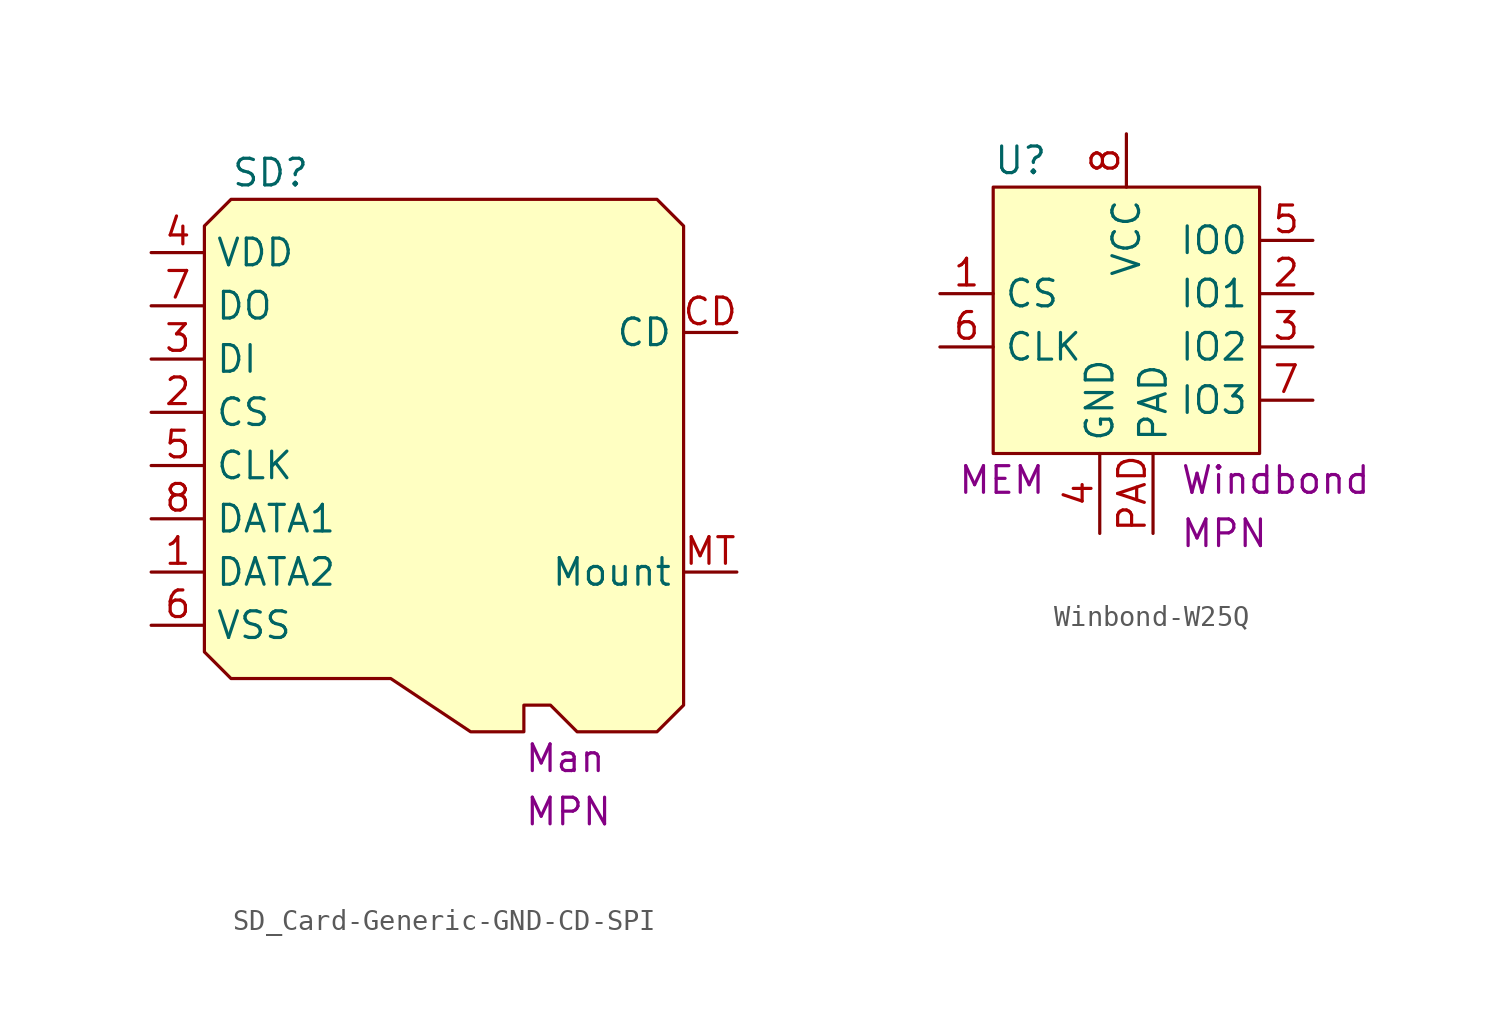
<source format=kicad_sym>
(kicad_symbol_lib
  (version 20211014)
  (generator kicad_symbol_editor)
  (symbol "SD_Card-Generic-GND-CD-SPI"
    (property "Reference" "SD"
      (at -10.16 13.97 0)
      (effects (font (size 1.27 1.27)) (justify left)))
    (property "Manufacturer" "Man"
      (at 3.81 -13.97 0)
      (effects (font (size 1.27 1.27)) (justify left)))
    (property "MPN" "MPN"
      (at 3.81 -16.51 0)
      (effects (font (size 1.27 1.27)) (justify left)))
    (symbol "SD_Card-Generic-GND-CD-SPI_0_0"
      (pin unspecified line (at -13.97 -5.08 0) (length 2.54) (name "DATA2" (effects (font (size 1.27 1.27)))) (number "1" (effects (font (size 1.27 1.27)))))
      (pin unspecified line (at -13.97 2.54 0) (length 2.54) (name "CS" (effects (font (size 1.27 1.27)))) (number "2" (effects (font (size 1.27 1.27)))) (alternate "DATA3" unspecified line))
      (pin unspecified line (at -13.97 5.08 0) (length 2.54) (name "DI" (effects (font (size 1.27 1.27)))) (number "3" (effects (font (size 1.27 1.27)))) (alternate "CMD" unspecified line))
      (pin unspecified line (at -13.97 10.16 0) (length 2.54) (name "VDD" (effects (font (size 1.27 1.27)))) (number "4" (effects (font (size 1.27 1.27)))))
      (pin unspecified line (at -13.97 0 0) (length 2.54) (name "CLK" (effects (font (size 1.27 1.27)))) (number "5" (effects (font (size 1.27 1.27)))))
      (pin unspecified line (at -13.97 -7.62 0) (length 2.54) (name "VSS" (effects (font (size 1.27 1.27)))) (number "6" (effects (font (size 1.27 1.27)))))
      (pin unspecified line (at -13.97 7.62 0) (length 2.54) (name "DO" (effects (font (size 1.27 1.27)))) (number "7" (effects (font (size 1.27 1.27)))) (alternate "DATA0" unspecified line))
      (pin unspecified line (at -13.97 -2.54 0) (length 2.54) (name "DATA1" (effects (font (size 1.27 1.27)))) (number "8" (effects (font (size 1.27 1.27)))))
      (pin unspecified line (at 13.97 6.35 180) (length 2.54) (name "CD" (effects (font (size 1.27 1.27)))) (number "CD" (effects (font (size 1.27 1.27)))))
      (pin unspecified line (at 13.97 -5.08 180) (length 2.54) (name "Mount" (effects (font (size 1.27 1.27)))) (number "MT" (effects (font (size 1.27 1.27))))))
    (symbol "SD_Card-Generic-GND-CD-SPI_0_1"
      (polyline (pts (xy 10.16 12.7) (xy -10.16 12.7) (xy -11.43 11.43) (xy -11.43 -8.89) (xy -10.16 -10.16) (xy -2.54 -10.16) (xy 1.27 -12.7) (xy 3.81 -12.7) (xy 3.81 -11.43) (xy 5.08 -11.43) (xy 6.35 -12.7) (xy 10.16 -12.7) (xy 11.43 -11.43) (xy 11.43 11.43) (xy 10.16 12.7)) (stroke (width 0) (type default) (color 0 0 0 0)) (fill (type background)))))
  (symbol "Winbond-W25Q"
    (property "Reference" "U"
      (at -6.35 7.62 0)
      (effects (font (size 1.27 1.27)) (justify left)))
    (property "Manufacturer" "Windbond"
      (at 2.54 -7.62 0)
      (effects (font (size 1.27 1.27)) (justify left)))
    (property "MPN" "MPN"
      (at 2.54 -10.16 0)
      (effects (font (size 1.27 1.27)) (justify left)))
    (property "Memory" "MEM"
      (at -3.81 -7.62 0)
      (effects (font (size 1.27 1.27)) (justify right)))
    (symbol "Winbond-W25Q_0_0"
      (pin input line (at -8.89 1.27 0) (length 2.54) (name "CS" (effects (font (size 1.27 1.27)))) (number "1" (effects (font (size 1.27 1.27)))))
      (pin bidirectional line (at 8.89 1.27 180) (length 2.54) (name "IO1" (effects (font (size 1.27 1.27)))) (number "2" (effects (font (size 1.27 1.27)))))
      (pin bidirectional line (at 8.89 -1.27 180) (length 2.54) (name "IO2" (effects (font (size 1.27 1.27)))) (number "3" (effects (font (size 1.27 1.27)))))
      (pin power_in line (at -1.27 -10.16 90) (length 3.81) (name "GND" (effects (font (size 1.27 1.27)))) (number "4" (effects (font (size 1.27 1.27)))))
      (pin bidirectional line (at 8.89 3.81 180) (length 2.54) (name "IO0" (effects (font (size 1.27 1.27)))) (number "5" (effects (font (size 1.27 1.27)))))
      (pin input line (at -8.89 -1.27 0) (length 2.54) (name "CLK" (effects (font (size 1.27 1.27)))) (number "6" (effects (font (size 1.27 1.27)))))
      (pin power_in line (at 8.89 -3.81 180) (length 2.54) (name "IO3" (effects (font (size 1.27 1.27)))) (number "7" (effects (font (size 1.27 1.27)))))
      (pin unspecified line (at 0 8.89 270) (length 2.54) (name "VCC" (effects (font (size 1.27 1.27)))) (number "8" (effects (font (size 1.27 1.27)))))
      (pin unspecified line (at 1.27 -10.16 90) (length 3.81) (name "PAD" (effects (font (size 1.27 1.27)))) (number "PAD" (effects (font (size 1.27 1.27))))))
    (symbol "Winbond-W25Q_0_1"
      (rectangle (start -6.35 6.35) (end 6.35 -6.35) (stroke (width 0) (type default) (color 0 0 0 0)) (fill (type background))))))
</source>
